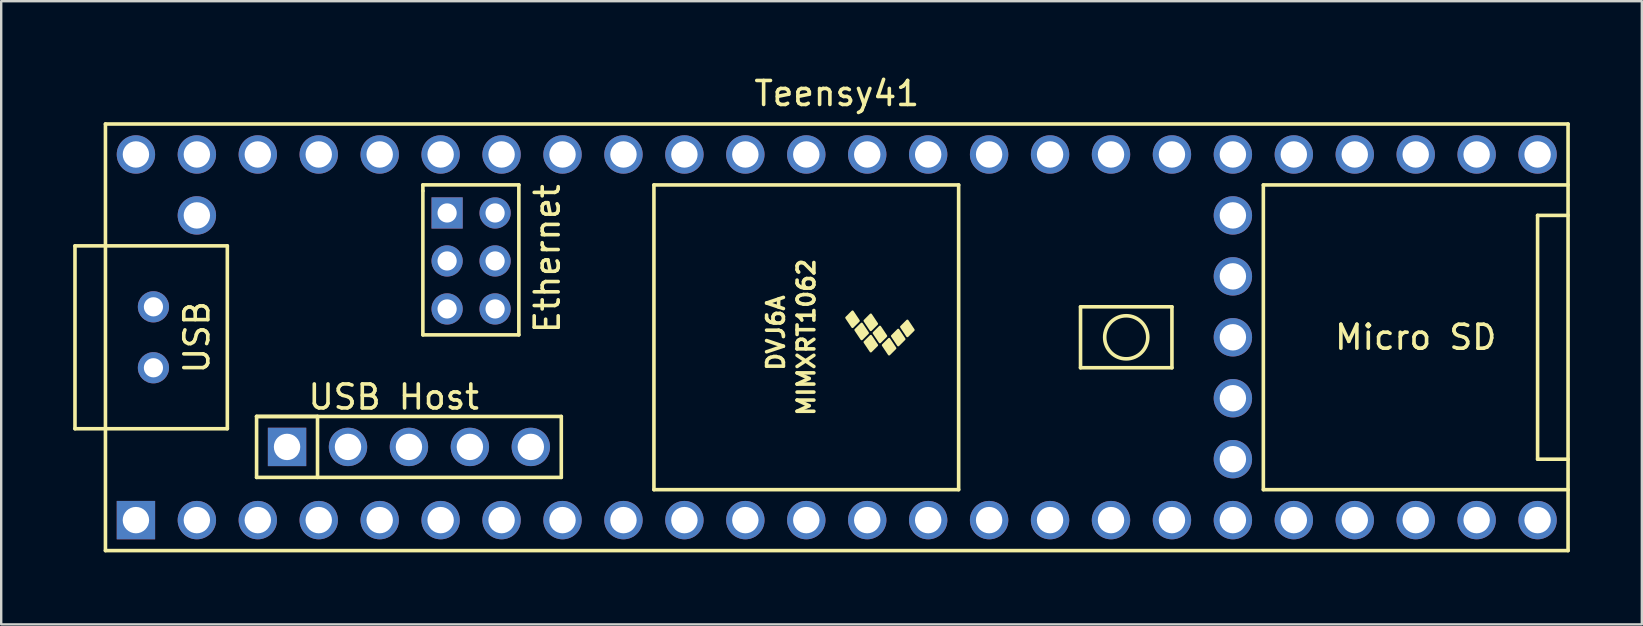
<source format=kicad_pcb>
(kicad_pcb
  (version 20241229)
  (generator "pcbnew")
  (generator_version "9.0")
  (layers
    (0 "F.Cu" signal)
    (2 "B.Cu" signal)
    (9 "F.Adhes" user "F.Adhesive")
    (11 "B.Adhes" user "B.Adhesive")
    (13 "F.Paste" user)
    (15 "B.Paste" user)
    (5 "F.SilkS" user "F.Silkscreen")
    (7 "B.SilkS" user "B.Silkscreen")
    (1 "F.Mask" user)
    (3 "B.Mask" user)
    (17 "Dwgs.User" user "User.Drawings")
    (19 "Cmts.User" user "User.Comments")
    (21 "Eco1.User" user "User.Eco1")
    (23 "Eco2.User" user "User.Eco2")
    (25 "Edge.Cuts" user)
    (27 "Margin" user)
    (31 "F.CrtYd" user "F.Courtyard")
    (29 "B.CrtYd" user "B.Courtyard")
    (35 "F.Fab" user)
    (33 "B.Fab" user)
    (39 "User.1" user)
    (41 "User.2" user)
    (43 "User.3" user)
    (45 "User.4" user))
  (footprint "Teensy41"
    (layer "F.Cu")
    (at 31.825 11.008)
    (property "Reference" "Teensy41" (at 0 -10.16 0) (layer "F.SilkS") (effects (font (size 1 1) (thickness 0.15))))
    (attr through_hole)
    (fp_line (start -31.75 -3.81) (end -30.48 -3.81) (stroke (width 0.15) (type solid)) (layer "F.SilkS"))
    (fp_line (start -31.75 3.81) (end -31.75 -3.81) (stroke (width 0.15) (type solid)) (layer "F.SilkS"))
    (fp_line (start -30.48 -8.89) (end 30.48 -8.89) (stroke (width 0.15) (type solid)) (layer "F.SilkS"))
    (fp_line (start -30.48 3.81) (end -31.75 3.81) (stroke (width 0.15) (type solid)) (layer "F.SilkS"))
    (fp_line (start -30.48 8.89) (end -30.48 -8.89) (stroke (width 0.15) (type solid)) (layer "F.SilkS"))
    (fp_line (start -25.4 -3.81) (end -30.48 -3.81) (stroke (width 0.15) (type solid)) (layer "F.SilkS"))
    (fp_line (start -25.4 3.81) (end -30.48 3.81) (stroke (width 0.15) (type solid)) (layer "F.SilkS"))
    (fp_line (start -25.4 3.81) (end -25.4 -3.81) (stroke (width 0.15) (type solid)) (layer "F.SilkS"))
    (fp_line (start -24.181 3.299) (end -21.641 3.299) (stroke (width 0.15) (type solid)) (layer "F.SilkS"))
    (fp_line (start -24.181 3.299) (end -11.481 3.299) (stroke (width 0.15) (type solid)) (layer "F.SilkS"))
    (fp_line (start -24.181 5.839) (end -24.181 3.299) (stroke (width 0.15) (type solid)) (layer "F.SilkS"))
    (fp_line (start -21.641 3.299) (end -21.641 5.839) (stroke (width 0.15) (type solid)) (layer "F.SilkS"))
    (fp_line (start -17.25 -6.352) (end -17.25 -6.102) (stroke (width 0.15) (type solid)) (layer "F.SilkS"))
    (fp_line (start -17.25 -6.102) (end -17.25 -0.102) (stroke (width 0.15) (type solid)) (layer "F.SilkS"))
    (fp_line (start -17.25 -0.102) (end -13.25 -0.102) (stroke (width 0.15) (type solid)) (layer "F.SilkS"))
    (fp_line (start -13.25 -6.352) (end -17.25 -6.352) (stroke (width 0.15) (type solid)) (layer "F.SilkS"))
    (fp_line (start -13.25 -0.102) (end -13.25 -6.352) (stroke (width 0.15) (type solid)) (layer "F.SilkS"))
    (fp_line (start -11.481 3.299) (end -11.481 5.839) (stroke (width 0.15) (type solid)) (layer "F.SilkS"))
    (fp_line (start -11.481 5.839) (end -24.181 5.839) (stroke (width 0.15) (type solid)) (layer "F.SilkS"))
    (fp_line (start -7.62 -6.35) (end -7.62 6.35) (stroke (width 0.15) (type solid)) (layer "F.SilkS"))
    (fp_line (start -7.62 6.35) (end 5.08 6.35) (stroke (width 0.15) (type solid)) (layer "F.SilkS"))
    (fp_line (start 5.08 -6.35) (end -7.62 -6.35) (stroke (width 0.15) (type solid)) (layer "F.SilkS"))
    (fp_line (start 5.08 6.35) (end 5.08 -6.35) (stroke (width 0.15) (type solid)) (layer "F.SilkS"))
    (fp_line (start 10.16 -1.27) (end 13.97 -1.27) (stroke (width 0.15) (type solid)) (layer "F.SilkS"))
    (fp_line (start 10.16 1.27) (end 10.16 -1.27) (stroke (width 0.15) (type solid)) (layer "F.SilkS"))
    (fp_line (start 13.97 -1.27) (end 13.97 1.27) (stroke (width 0.15) (type solid)) (layer "F.SilkS"))
    (fp_line (start 13.97 1.27) (end 10.16 1.27) (stroke (width 0.15) (type solid)) (layer "F.SilkS"))
    (fp_line (start 17.78 -6.35) (end 17.78 6.35) (stroke (width 0.15) (type solid)) (layer "F.SilkS"))
    (fp_line (start 17.78 6.35) (end 30.48 6.35) (stroke (width 0.15) (type solid)) (layer "F.SilkS"))
    (fp_line (start 29.21 -5.08) (end 29.21 5.08) (stroke (width 0.15) (type solid)) (layer "F.SilkS"))
    (fp_line (start 29.21 5.08) (end 30.48 5.08) (stroke (width 0.15) (type solid)) (layer "F.SilkS"))
    (fp_line (start 30.48 -8.89) (end 30.48 8.89) (stroke (width 0.15) (type solid)) (layer "F.SilkS"))
    (fp_line (start 30.48 -6.35) (end 17.78 -6.35) (stroke (width 0.15) (type solid)) (layer "F.SilkS"))
    (fp_line (start 30.48 -5.08) (end 29.21 -5.08) (stroke (width 0.15) (type solid)) (layer "F.SilkS"))
    (fp_line (start 30.48 8.89) (end -30.48 8.89) (stroke (width 0.15) (type solid)) (layer "F.SilkS"))
    (fp_circle (center 12.065 0) (end 12.7 -0.635) (stroke (width 0.15) (type solid)) (fill no) (layer "F.SilkS"))
    (fp_poly (pts (xy 0.911 -0.688) (xy 0.657 -0.434) (xy 0.403 -0.815) (xy 0.657 -1.069)) (stroke (width 0.1) (type solid)) (fill yes) (layer "F.SilkS"))
    (fp_poly (pts (xy 1.292 -0.18) (xy 1.038 0.074) (xy 0.784 -0.307) (xy 1.038 -0.561)) (stroke (width 0.1) (type solid)) (fill yes) (layer "F.SilkS"))
    (fp_poly (pts (xy 1.673 -0.561) (xy 1.419 -0.307) (xy 1.165 -0.688) (xy 1.419 -0.942)) (stroke (width 0.1) (type solid)) (fill yes) (layer "F.SilkS"))
    (fp_poly (pts (xy 1.673 0.328) (xy 1.419 0.582) (xy 1.165 0.201) (xy 1.419 -0.053)) (stroke (width 0.1) (type solid)) (fill yes) (layer "F.SilkS"))
    (fp_poly (pts (xy 2.054 -0.053) (xy 1.8 0.201) (xy 1.546 -0.18) (xy 1.8 -0.434)) (stroke (width 0.1) (type solid)) (fill yes) (layer "F.SilkS"))
    (fp_poly (pts (xy 2.435 0.455) (xy 2.181 0.709) (xy 1.927 0.328) (xy 2.181 0.074)) (stroke (width 0.1) (type solid)) (fill yes) (layer "F.SilkS"))
    (fp_poly (pts (xy 2.816 0.074) (xy 2.562 0.328) (xy 2.308 -0.053) (xy 2.562 -0.307)) (stroke (width 0.1) (type solid)) (fill yes) (layer "F.SilkS"))
    (fp_poly (pts (xy 3.197 -0.307) (xy 2.943 -0.053) (xy 2.689 -0.434) (xy 2.943 -0.688)) (stroke (width 0.1) (type solid)) (fill yes) (layer "F.SilkS"))
    (fp_text user "Ethernet" (at -12.065 -3.277 90) (layer "F.SilkS") (effects (font (size 1 1) (thickness 0.15))))
    (fp_text user "MIMXRT1062" (at -1.27 0 270) (layer "F.SilkS") (effects (font (size 0.7 0.7) (thickness 0.15))))
    (fp_text user "USB Host" (at -18.466 2.489 0) (layer "F.SilkS") (effects (font (size 1 1) (thickness 0.15))))
    (fp_text user "USB" (at -26.67 0 270) (layer "F.SilkS") (effects (font (size 1 1) (thickness 0.15))))
    (fp_text user "DVJ6A" (at -2.54 -0.18 270) (layer "F.SilkS") (effects (font (size 0.7 0.7) (thickness 0.15))))
    (fp_text user "Micro SD" (at 24.13 0 0) (layer "F.SilkS") (effects (font (size 1 1) (thickness 0.15))))
    (pad "1" thru_hole rect (at -29.21 7.62) (size 1.6 1.6) (drill 1.1) (layers "*.Cu" "*.Mask"))
    (pad "2" thru_hole circle (at -26.67 7.62) (size 1.6 1.6) (drill 1.1) (layers "*.Cu" "*.Mask"))
    (pad "3" thru_hole circle (at -24.13 7.62) (size 1.6 1.6) (drill 1.1) (layers "*.Cu" "*.Mask"))
    (pad "4" thru_hole circle (at -21.59 7.62) (size 1.6 1.6) (drill 1.1) (layers "*.Cu" "*.Mask"))
    (pad "5" thru_hole circle (at -19.05 7.62) (size 1.6 1.6) (drill 1.1) (layers "*.Cu" "*.Mask"))
    (pad "6" thru_hole circle (at -16.51 7.62) (size 1.6 1.6) (drill 1.1) (layers "*.Cu" "*.Mask"))
    (pad "7" thru_hole circle (at -13.97 7.62) (size 1.6 1.6) (drill 1.1) (layers "*.Cu" "*.Mask"))
    (pad "8" thru_hole circle (at -11.43 7.62) (size 1.6 1.6) (drill 1.1) (layers "*.Cu" "*.Mask"))
    (pad "9" thru_hole circle (at -8.89 7.62) (size 1.6 1.6) (drill 1.1) (layers "*.Cu" "*.Mask"))
    (pad "10" thru_hole circle (at -6.35 7.62) (size 1.6 1.6) (drill 1.1) (layers "*.Cu" "*.Mask"))
    (pad "11" thru_hole circle (at -3.81 7.62) (size 1.6 1.6) (drill 1.1) (layers "*.Cu" "*.Mask"))
    (pad "12" thru_hole circle (at -1.27 7.62) (size 1.6 1.6) (drill 1.1) (layers "*.Cu" "*.Mask"))
    (pad "13" thru_hole circle (at 1.27 7.62) (size 1.6 1.6) (drill 1.1) (layers "*.Cu" "*.Mask"))
    (pad "14" thru_hole circle (at 3.81 7.62) (size 1.6 1.6) (drill 1.1) (layers "*.Cu" "*.Mask"))
    (pad "15" thru_hole circle (at 6.35 7.62) (size 1.6 1.6) (drill 1.1) (layers "*.Cu" "*.Mask"))
    (pad "16" thru_hole circle (at 8.89 7.62) (size 1.6 1.6) (drill 1.1) (layers "*.Cu" "*.Mask"))
    (pad "17" thru_hole circle (at 11.43 7.62) (size 1.6 1.6) (drill 1.1) (layers "*.Cu" "*.Mask"))
    (pad "18" thru_hole circle (at 13.97 7.62) (size 1.6 1.6) (drill 1.1) (layers "*.Cu" "*.Mask"))
    (pad "19" thru_hole circle (at 16.51 7.62) (size 1.6 1.6) (drill 1.1) (layers "*.Cu" "*.Mask"))
    (pad "20" thru_hole circle (at 19.05 7.62) (size 1.6 1.6) (drill 1.1) (layers "*.Cu" "*.Mask"))
    (pad "21" thru_hole circle (at 21.59 7.62) (size 1.6 1.6) (drill 1.1) (layers "*.Cu" "*.Mask"))
    (pad "22" thru_hole circle (at 24.13 7.62) (size 1.6 1.6) (drill 1.1) (layers "*.Cu" "*.Mask"))
    (pad "23" thru_hole circle (at 26.67 7.62) (size 1.6 1.6) (drill 1.1) (layers "*.Cu" "*.Mask"))
    (pad "24" thru_hole circle (at 29.21 7.62) (size 1.6 1.6) (drill 1.1) (layers "*.Cu" "*.Mask"))
    (pad "25" thru_hole circle (at 29.21 -7.62) (size 1.6 1.6) (drill 1.1) (layers "*.Cu" "*.Mask"))
    (pad "26" thru_hole circle (at 26.67 -7.62) (size 1.6 1.6) (drill 1.1) (layers "*.Cu" "*.Mask"))
    (pad "27" thru_hole circle (at 24.13 -7.62) (size 1.6 1.6) (drill 1.1) (layers "*.Cu" "*.Mask"))
    (pad "28" thru_hole circle (at 21.59 -7.62) (size 1.6 1.6) (drill 1.1) (layers "*.Cu" "*.Mask"))
    (pad "29" thru_hole circle (at 19.05 -7.62) (size 1.6 1.6) (drill 1.1) (layers "*.Cu" "*.Mask"))
    (pad "30" thru_hole circle (at 16.51 -7.62) (size 1.6 1.6) (drill 1.1) (layers "*.Cu" "*.Mask"))
    (pad "31" thru_hole circle (at 13.97 -7.62) (size 1.6 1.6) (drill 1.1) (layers "*.Cu" "*.Mask"))
    (pad "32" thru_hole circle (at 11.43 -7.62) (size 1.6 1.6) (drill 1.1) (layers "*.Cu" "*.Mask"))
    (pad "33" thru_hole circle (at 8.89 -7.62) (size 1.6 1.6) (drill 1.1) (layers "*.Cu" "*.Mask"))
    (pad "34" thru_hole circle (at 6.35 -7.62) (size 1.6 1.6) (drill 1.1) (layers "*.Cu" "*.Mask"))
    (pad "35" thru_hole circle (at 3.81 -7.62) (size 1.6 1.6) (drill 1.1) (layers "*.Cu" "*.Mask"))
    (pad "36" thru_hole circle (at 1.27 -7.62) (size 1.6 1.6) (drill 1.1) (layers "*.Cu" "*.Mask"))
    (pad "37" thru_hole circle (at -1.27 -7.62) (size 1.6 1.6) (drill 1.1) (layers "*.Cu" "*.Mask"))
    (pad "38" thru_hole circle (at -3.81 -7.62) (size 1.6 1.6) (drill 1.1) (layers "*.Cu" "*.Mask"))
    (pad "39" thru_hole circle (at -6.35 -7.62) (size 1.6 1.6) (drill 1.1) (layers "*.Cu" "*.Mask"))
    (pad "40" thru_hole circle (at -8.89 -7.62) (size 1.6 1.6) (drill 1.1) (layers "*.Cu" "*.Mask"))
    (pad "41" thru_hole circle (at -11.43 -7.62) (size 1.6 1.6) (drill 1.1) (layers "*.Cu" "*.Mask"))
    (pad "42" thru_hole circle (at -13.97 -7.62) (size 1.6 1.6) (drill 1.1) (layers "*.Cu" "*.Mask"))
    (pad "43" thru_hole circle (at -16.51 -7.62) (size 1.6 1.6) (drill 1.1) (layers "*.Cu" "*.Mask"))
    (pad "44" thru_hole circle (at -19.05 -7.62) (size 1.6 1.6) (drill 1.1) (layers "*.Cu" "*.Mask"))
    (pad "45" thru_hole circle (at -21.59 -7.62) (size 1.6 1.6) (drill 1.1) (layers "*.Cu" "*.Mask"))
    (pad "46" thru_hole circle (at -24.13 -7.62) (size 1.6 1.6) (drill 1.1) (layers "*.Cu" "*.Mask"))
    (pad "47" thru_hole circle (at -26.67 -7.62) (size 1.6 1.6) (drill 1.1) (layers "*.Cu" "*.Mask"))
    (pad "48" thru_hole circle (at -29.21 -7.62) (size 1.6 1.6) (drill 1.1) (layers "*.Cu" "*.Mask"))
    (pad "49" thru_hole circle (at -26.67 -5.08) (size 1.6 1.6) (drill 1.1) (layers "*.Cu" "*.Mask"))
    (pad "50" thru_hole circle (at 16.51 5.08) (size 1.6 1.6) (drill 1.1) (layers "*.Cu" "*.Mask"))
    (pad "51" thru_hole circle (at 16.51 2.54) (size 1.6 1.6) (drill 1.1) (layers "*.Cu" "*.Mask"))
    (pad "52" thru_hole circle (at 16.51 0) (size 1.6 1.6) (drill 1.1) (layers "*.Cu" "*.Mask"))
    (pad "53" thru_hole circle (at 16.51 -2.54) (size 1.6 1.6) (drill 1.1) (layers "*.Cu" "*.Mask"))
    (pad "54" thru_hole circle (at 16.51 -5.08) (size 1.6 1.6) (drill 1.1) (layers "*.Cu" "*.Mask"))
    (pad "55" thru_hole rect (at -22.911 4.569) (size 1.6 1.6) (drill 1.1) (layers "*.Cu" "*.Mask"))
    (pad "56" thru_hole circle (at -20.371 4.569) (size 1.6 1.6) (drill 1.1) (layers "*.Cu" "*.Mask"))
    (pad "57" thru_hole circle (at -17.831 4.569) (size 1.6 1.6) (drill 1.1) (layers "*.Cu" "*.Mask"))
    (pad "58" thru_hole circle (at -15.291 4.569) (size 1.6 1.6) (drill 1.1) (layers "*.Cu" "*.Mask"))
    (pad "59" thru_hole circle (at -12.751 4.569) (size 1.6 1.6) (drill 1.1) (layers "*.Cu" "*.Mask"))
    (pad "60" thru_hole rect (at -16.24 -5.182) (size 1.3 1.3) (drill 0.8) (layers "*.Cu" "*.Mask"))
    (pad "61" thru_hole circle (at -16.24 -3.182) (size 1.3 1.3) (drill 0.8) (layers "*.Cu" "*.Mask"))
    (pad "62" thru_hole circle (at -16.24 -1.182) (size 1.3 1.3) (drill 0.8) (layers "*.Cu" "*.Mask"))
    (pad "63" thru_hole circle (at -14.24 -1.182) (size 1.3 1.3) (drill 0.8) (layers "*.Cu" "*.Mask"))
    (pad "64" thru_hole circle (at -14.24 -3.182) (size 1.3 1.3) (drill 0.8) (layers "*.Cu" "*.Mask"))
    (pad "65" thru_hole circle (at -14.24 -5.182) (size 1.3 1.3) (drill 0.8) (layers "*.Cu" "*.Mask"))
    (pad "66" thru_hole circle (at -28.48 1.27) (size 1.3 1.3) (drill 0.8) (layers "*.Cu" "*.Mask"))
    (pad "67" thru_hole circle (at -28.48 -1.27) (size 1.3 1.3) (drill 0.8) (layers "*.Cu" "*.Mask")))
  (gr_rect
    (start -3 -3)
    (end 65.38 22.973)
    (stroke (width 0.1) (type default))
    (fill no)
    (layer "Edge.Cuts")))
</source>
